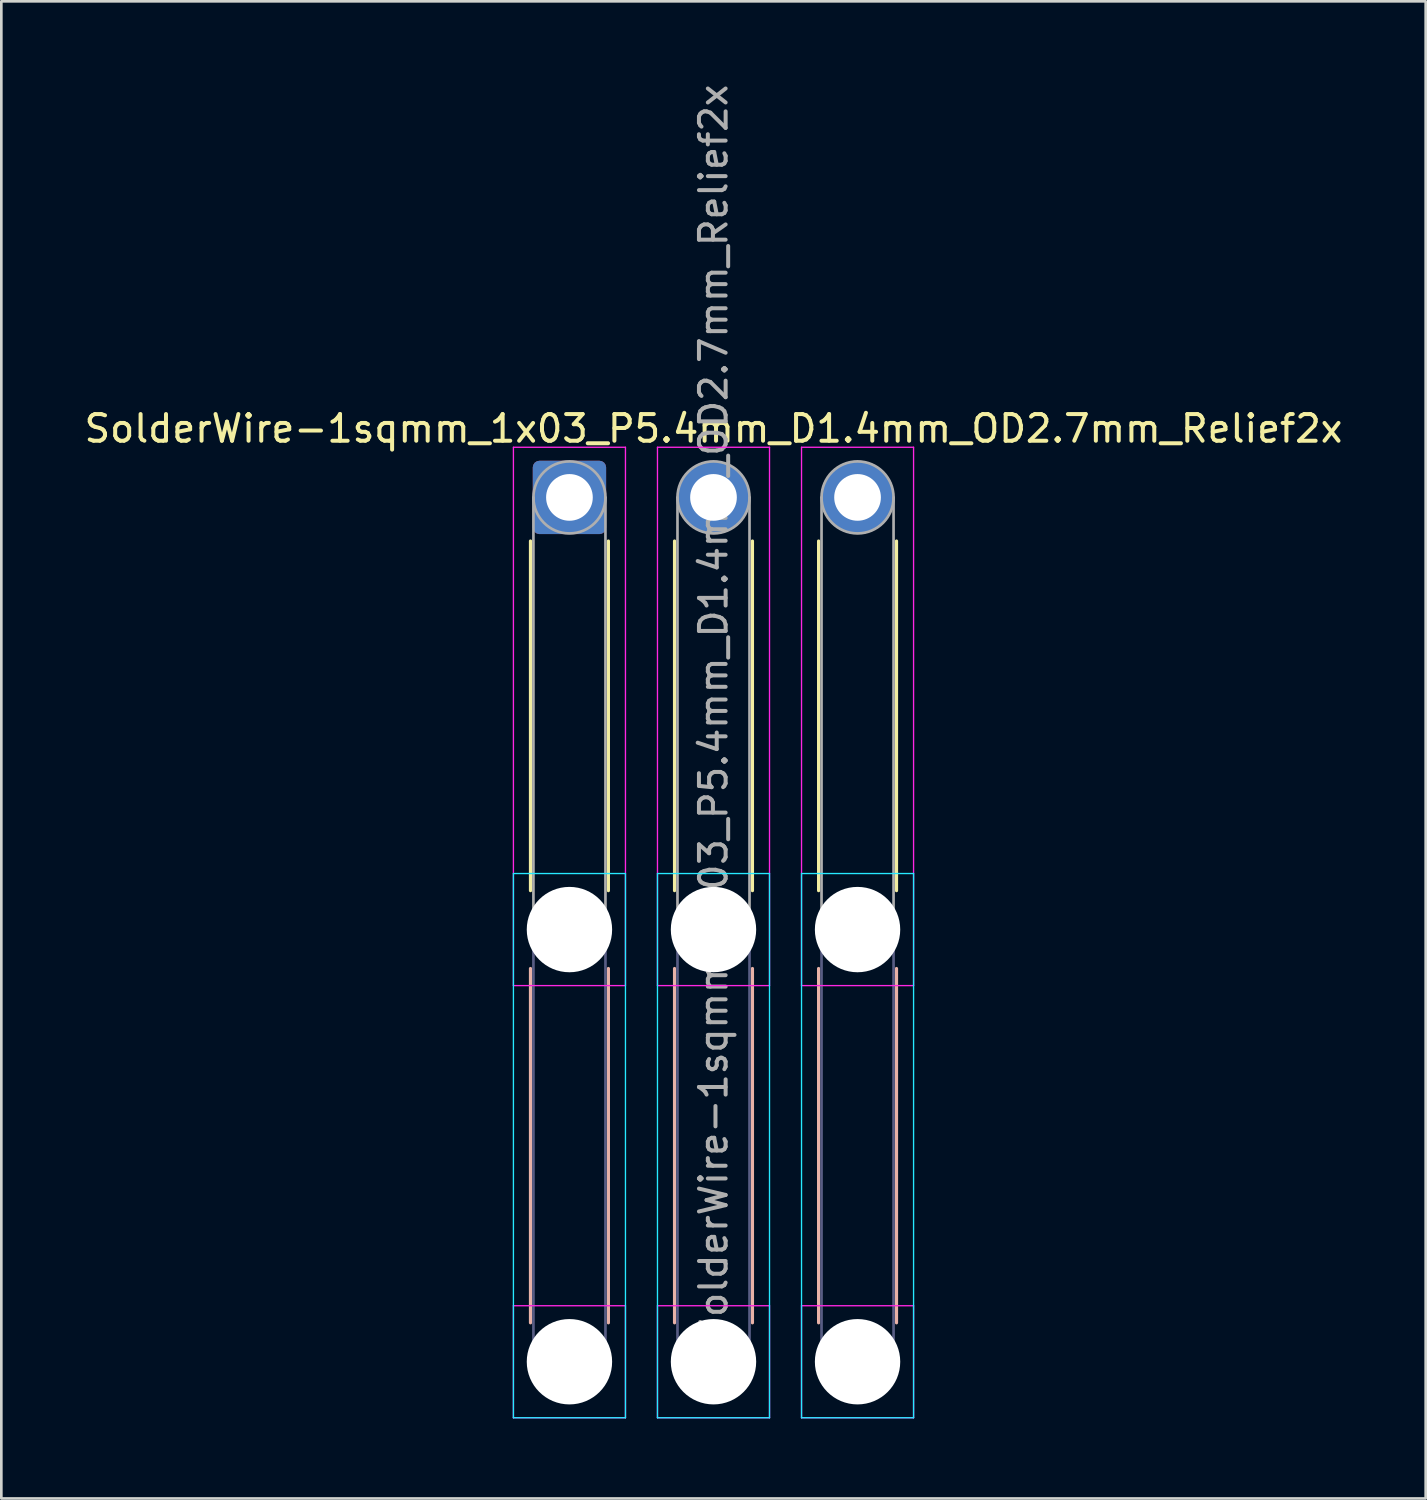
<source format=kicad_pcb>
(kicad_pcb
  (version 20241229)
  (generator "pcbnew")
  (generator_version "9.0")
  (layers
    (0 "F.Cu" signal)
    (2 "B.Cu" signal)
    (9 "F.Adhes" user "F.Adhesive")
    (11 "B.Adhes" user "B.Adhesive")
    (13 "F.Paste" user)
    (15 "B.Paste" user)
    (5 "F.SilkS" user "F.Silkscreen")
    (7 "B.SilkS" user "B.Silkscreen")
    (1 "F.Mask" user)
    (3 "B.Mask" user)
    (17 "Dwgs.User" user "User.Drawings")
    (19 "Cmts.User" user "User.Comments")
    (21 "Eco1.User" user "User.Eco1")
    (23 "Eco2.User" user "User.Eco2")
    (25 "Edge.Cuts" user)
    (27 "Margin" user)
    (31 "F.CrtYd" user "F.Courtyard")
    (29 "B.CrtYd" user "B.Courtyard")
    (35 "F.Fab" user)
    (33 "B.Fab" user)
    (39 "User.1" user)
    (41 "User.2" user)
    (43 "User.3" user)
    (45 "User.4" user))
  (footprint "SolderWire-1sqmm_1x03_P5.4mm_D1.4mm_OD2.7mm_Relief2x"
    (layer "F.Cu")
    (at 18.296 15.596)
    (property "Reference" "SolderWire-1sqmm_1x03_P5.4mm_D1.4mm_OD2.7mm_Relief2x" (at 5.4 -2.58 0) (layer "F.SilkS") (effects (font (size 1 1) (thickness 0.15))))
    (attr exclude_from_pos_files exclude_from_bom)
    (fp_line (start -1.46 1.635) (end -1.46 14.74) (stroke (width 0.12) (type solid)) (layer "F.SilkS"))
    (fp_line (start 1.46 1.635) (end 1.46 14.74) (stroke (width 0.12) (type solid)) (layer "F.SilkS"))
    (fp_line (start 3.94 1.635) (end 3.94 14.74) (stroke (width 0.12) (type solid)) (layer "F.SilkS"))
    (fp_line (start 6.86 1.635) (end 6.86 14.74) (stroke (width 0.12) (type solid)) (layer "F.SilkS"))
    (fp_line (start 9.34 1.635) (end 9.34 14.74) (stroke (width 0.12) (type solid)) (layer "F.SilkS"))
    (fp_line (start 12.26 1.635) (end 12.26 14.74) (stroke (width 0.12) (type solid)) (layer "F.SilkS"))
    (fp_line (start -1.46 17.66) (end -1.46 30.94) (stroke (width 0.12) (type solid)) (layer "B.SilkS"))
    (fp_line (start 1.46 17.66) (end 1.46 30.94) (stroke (width 0.12) (type solid)) (layer "B.SilkS"))
    (fp_line (start 3.94 17.66) (end 3.94 30.94) (stroke (width 0.12) (type solid)) (layer "B.SilkS"))
    (fp_line (start 6.86 17.66) (end 6.86 30.94) (stroke (width 0.12) (type solid)) (layer "B.SilkS"))
    (fp_line (start 9.34 17.66) (end 9.34 30.94) (stroke (width 0.12) (type solid)) (layer "B.SilkS"))
    (fp_line (start 12.26 17.66) (end 12.26 30.94) (stroke (width 0.12) (type solid)) (layer "B.SilkS"))
    (fp_line (start -2.1 14.1) (end -2.1 34.5) (stroke (width 0.05) (type solid)) (layer "B.CrtYd"))
    (fp_line (start -2.1 34.5) (end 2.1 34.5) (stroke (width 0.05) (type solid)) (layer "B.CrtYd"))
    (fp_line (start 2.1 14.1) (end -2.1 14.1) (stroke (width 0.05) (type solid)) (layer "B.CrtYd"))
    (fp_line (start 2.1 34.5) (end 2.1 14.1) (stroke (width 0.05) (type solid)) (layer "B.CrtYd"))
    (fp_line (start 3.3 14.1) (end 3.3 34.5) (stroke (width 0.05) (type solid)) (layer "B.CrtYd"))
    (fp_line (start 3.3 34.5) (end 7.5 34.5) (stroke (width 0.05) (type solid)) (layer "B.CrtYd"))
    (fp_line (start 7.5 14.1) (end 3.3 14.1) (stroke (width 0.05) (type solid)) (layer "B.CrtYd"))
    (fp_line (start 7.5 34.5) (end 7.5 14.1) (stroke (width 0.05) (type solid)) (layer "B.CrtYd"))
    (fp_line (start 8.7 14.1) (end 8.7 34.5) (stroke (width 0.05) (type solid)) (layer "B.CrtYd"))
    (fp_line (start 8.7 34.5) (end 12.9 34.5) (stroke (width 0.05) (type solid)) (layer "B.CrtYd"))
    (fp_line (start 12.9 14.1) (end 8.7 14.1) (stroke (width 0.05) (type solid)) (layer "B.CrtYd"))
    (fp_line (start 12.9 34.5) (end 12.9 14.1) (stroke (width 0.05) (type solid)) (layer "B.CrtYd"))
    (fp_line (start -2.1 -1.88) (end -2.1 18.3) (stroke (width 0.05) (type solid)) (layer "F.CrtYd"))
    (fp_line (start -2.1 18.3) (end 2.1 18.3) (stroke (width 0.05) (type solid)) (layer "F.CrtYd"))
    (fp_line (start -2.1 30.3) (end -2.1 34.5) (stroke (width 0.05) (type solid)) (layer "F.CrtYd"))
    (fp_line (start -2.1 34.5) (end 2.1 34.5) (stroke (width 0.05) (type solid)) (layer "F.CrtYd"))
    (fp_line (start 2.1 -1.88) (end -2.1 -1.88) (stroke (width 0.05) (type solid)) (layer "F.CrtYd"))
    (fp_line (start 2.1 18.3) (end 2.1 -1.88) (stroke (width 0.05) (type solid)) (layer "F.CrtYd"))
    (fp_line (start 2.1 30.3) (end -2.1 30.3) (stroke (width 0.05) (type solid)) (layer "F.CrtYd"))
    (fp_line (start 2.1 34.5) (end 2.1 30.3) (stroke (width 0.05) (type solid)) (layer "F.CrtYd"))
    (fp_line (start 3.3 -1.88) (end 3.3 18.3) (stroke (width 0.05) (type solid)) (layer "F.CrtYd"))
    (fp_line (start 3.3 18.3) (end 7.5 18.3) (stroke (width 0.05) (type solid)) (layer "F.CrtYd"))
    (fp_line (start 3.3 30.3) (end 3.3 34.5) (stroke (width 0.05) (type solid)) (layer "F.CrtYd"))
    (fp_line (start 3.3 34.5) (end 7.5 34.5) (stroke (width 0.05) (type solid)) (layer "F.CrtYd"))
    (fp_line (start 7.5 -1.88) (end 3.3 -1.88) (stroke (width 0.05) (type solid)) (layer "F.CrtYd"))
    (fp_line (start 7.5 18.3) (end 7.5 -1.88) (stroke (width 0.05) (type solid)) (layer "F.CrtYd"))
    (fp_line (start 7.5 30.3) (end 3.3 30.3) (stroke (width 0.05) (type solid)) (layer "F.CrtYd"))
    (fp_line (start 7.5 34.5) (end 7.5 30.3) (stroke (width 0.05) (type solid)) (layer "F.CrtYd"))
    (fp_line (start 8.7 -1.88) (end 8.7 18.3) (stroke (width 0.05) (type solid)) (layer "F.CrtYd"))
    (fp_line (start 8.7 18.3) (end 12.9 18.3) (stroke (width 0.05) (type solid)) (layer "F.CrtYd"))
    (fp_line (start 8.7 30.3) (end 8.7 34.5) (stroke (width 0.05) (type solid)) (layer "F.CrtYd"))
    (fp_line (start 8.7 34.5) (end 12.9 34.5) (stroke (width 0.05) (type solid)) (layer "F.CrtYd"))
    (fp_line (start 12.9 -1.88) (end 8.7 -1.88) (stroke (width 0.05) (type solid)) (layer "F.CrtYd"))
    (fp_line (start 12.9 18.3) (end 12.9 -1.88) (stroke (width 0.05) (type solid)) (layer "F.CrtYd"))
    (fp_line (start 12.9 30.3) (end 8.7 30.3) (stroke (width 0.05) (type solid)) (layer "F.CrtYd"))
    (fp_line (start 12.9 34.5) (end 12.9 30.3) (stroke (width 0.05) (type solid)) (layer "F.CrtYd"))
    (fp_line (start -1.35 16.2) (end -1.35 32.4) (stroke (width 0.1) (type solid)) (layer "B.Fab"))
    (fp_line (start 1.35 16.2) (end 1.35 32.4) (stroke (width 0.1) (type solid)) (layer "B.Fab"))
    (fp_line (start 4.05 16.2) (end 4.05 32.4) (stroke (width 0.1) (type solid)) (layer "B.Fab"))
    (fp_line (start 6.75 16.2) (end 6.75 32.4) (stroke (width 0.1) (type solid)) (layer "B.Fab"))
    (fp_line (start 9.45 16.2) (end 9.45 32.4) (stroke (width 0.1) (type solid)) (layer "B.Fab"))
    (fp_line (start 12.15 16.2) (end 12.15 32.4) (stroke (width 0.1) (type solid)) (layer "B.Fab"))
    (fp_circle (center 0 16.2) (end 1.35 16.2) (stroke (width 0.1) (type solid)) (fill no) (layer "B.Fab"))
    (fp_circle (center 0 32.4) (end 1.35 32.4) (stroke (width 0.1) (type solid)) (fill no) (layer "B.Fab"))
    (fp_circle (center 5.4 16.2) (end 6.75 16.2) (stroke (width 0.1) (type solid)) (fill no) (layer "B.Fab"))
    (fp_circle (center 5.4 32.4) (end 6.75 32.4) (stroke (width 0.1) (type solid)) (fill no) (layer "B.Fab"))
    (fp_circle (center 10.8 16.2) (end 12.15 16.2) (stroke (width 0.1) (type solid)) (fill no) (layer "B.Fab"))
    (fp_circle (center 10.8 32.4) (end 12.15 32.4) (stroke (width 0.1) (type solid)) (fill no) (layer "B.Fab"))
    (fp_line (start -1.35 0) (end -1.35 16.2) (stroke (width 0.1) (type solid)) (layer "F.Fab"))
    (fp_line (start 1.35 0) (end 1.35 16.2) (stroke (width 0.1) (type solid)) (layer "F.Fab"))
    (fp_line (start 4.05 0) (end 4.05 16.2) (stroke (width 0.1) (type solid)) (layer "F.Fab"))
    (fp_line (start 6.75 0) (end 6.75 16.2) (stroke (width 0.1) (type solid)) (layer "F.Fab"))
    (fp_line (start 9.45 0) (end 9.45 16.2) (stroke (width 0.1) (type solid)) (layer "F.Fab"))
    (fp_line (start 12.15 0) (end 12.15 16.2) (stroke (width 0.1) (type solid)) (layer "F.Fab"))
    (fp_circle (center 0 0) (end 1.35 0) (stroke (width 0.1) (type solid)) (fill no) (layer "F.Fab"))
    (fp_circle (center 0 16.2) (end 1.35 16.2) (stroke (width 0.1) (type solid)) (fill no) (layer "F.Fab"))
    (fp_circle (center 0 32.4) (end 1.35 32.4) (stroke (width 0.1) (type solid)) (fill no) (layer "F.Fab"))
    (fp_circle (center 5.4 0) (end 6.75 0) (stroke (width 0.1) (type solid)) (fill no) (layer "F.Fab"))
    (fp_circle (center 5.4 16.2) (end 6.75 16.2) (stroke (width 0.1) (type solid)) (fill no) (layer "F.Fab"))
    (fp_circle (center 5.4 32.4) (end 6.75 32.4) (stroke (width 0.1) (type solid)) (fill no) (layer "F.Fab"))
    (fp_circle (center 10.8 0) (end 12.15 0) (stroke (width 0.1) (type solid)) (fill no) (layer "F.Fab"))
    (fp_circle (center 10.8 16.2) (end 12.15 16.2) (stroke (width 0.1) (type solid)) (fill no) (layer "F.Fab"))
    (fp_circle (center 10.8 32.4) (end 12.15 32.4) (stroke (width 0.1) (type solid)) (fill no) (layer "F.Fab"))
    (fp_text user "${REFERENCE}" (at 5.4 8.1 90) (layer "F.Fab") (effects (font (size 1 1) (thickness 0.15))))
    (pad "" np_thru_hole circle (at 0 16.2) (size 3.2 3.2) (drill 3.2) (layers "*.Cu" "*.Mask"))
    (pad "" np_thru_hole circle (at 0 32.4) (size 3.2 3.2) (drill 3.2) (layers "*.Cu" "*.Mask"))
    (pad "" np_thru_hole circle (at 5.4 16.2) (size 3.2 3.2) (drill 3.2) (layers "*.Cu" "*.Mask"))
    (pad "" np_thru_hole circle (at 5.4 32.4) (size 3.2 3.2) (drill 3.2) (layers "*.Cu" "*.Mask"))
    (pad "" np_thru_hole circle (at 10.8 16.2) (size 3.2 3.2) (drill 3.2) (layers "*.Cu" "*.Mask"))
    (pad "" np_thru_hole circle (at 10.8 32.4) (size 3.2 3.2) (drill 3.2) (layers "*.Cu" "*.Mask"))
    (pad "1" thru_hole roundrect (at 0 0) (size 2.75 2.75) (drill 1.75) (layers "*.Cu" "*.Mask") (roundrect_rratio 0.091))
    (pad "2" thru_hole circle (at 5.4 0) (size 2.75 2.75) (drill 1.75) (layers "*.Cu" "*.Mask"))
    (pad "3" thru_hole circle (at 10.8 0) (size 2.75 2.75) (drill 1.75) (layers "*.Cu" "*.Mask")))
  (gr_rect
    (start -3 -3)
    (end 50.393 53.121)
    (stroke (width 0.1) (type default))
    (fill no)
    (layer "Edge.Cuts")))
</source>
